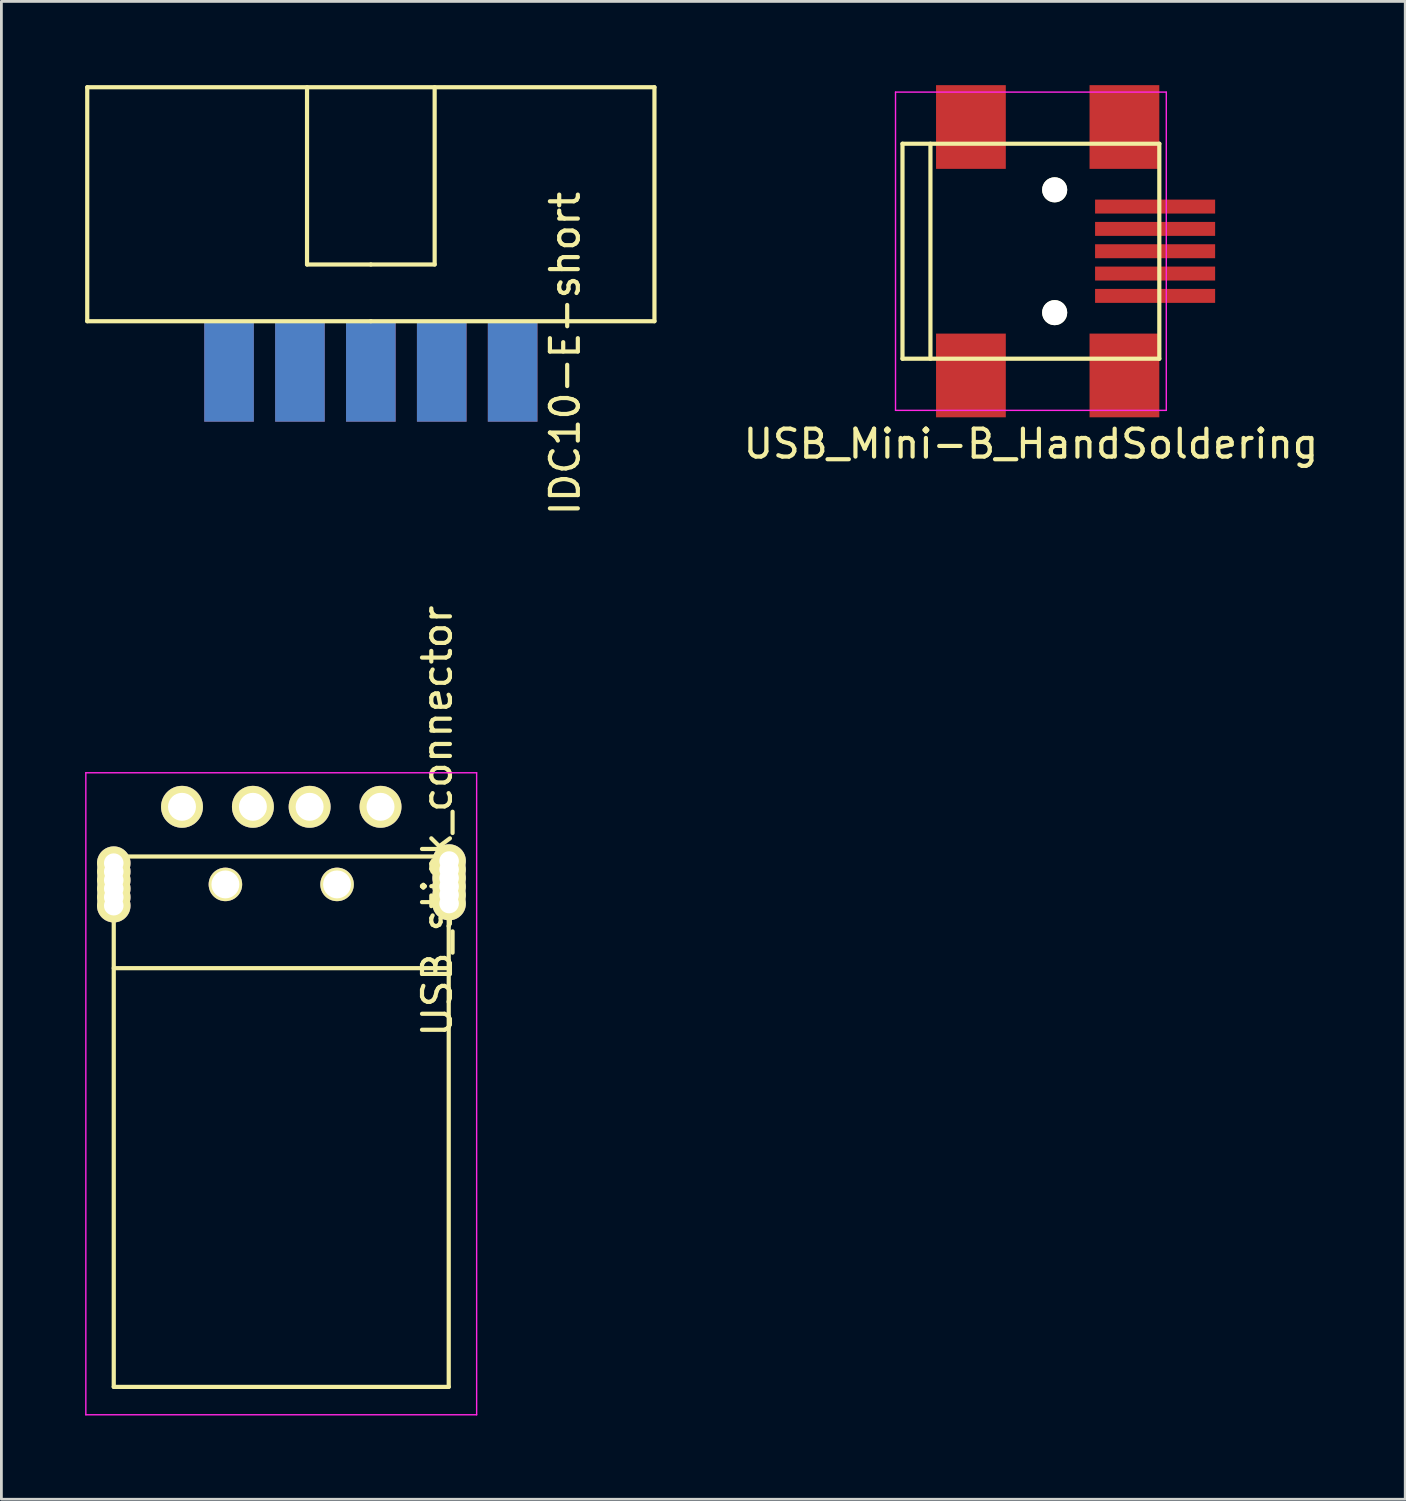
<source format=kicad_pcb>
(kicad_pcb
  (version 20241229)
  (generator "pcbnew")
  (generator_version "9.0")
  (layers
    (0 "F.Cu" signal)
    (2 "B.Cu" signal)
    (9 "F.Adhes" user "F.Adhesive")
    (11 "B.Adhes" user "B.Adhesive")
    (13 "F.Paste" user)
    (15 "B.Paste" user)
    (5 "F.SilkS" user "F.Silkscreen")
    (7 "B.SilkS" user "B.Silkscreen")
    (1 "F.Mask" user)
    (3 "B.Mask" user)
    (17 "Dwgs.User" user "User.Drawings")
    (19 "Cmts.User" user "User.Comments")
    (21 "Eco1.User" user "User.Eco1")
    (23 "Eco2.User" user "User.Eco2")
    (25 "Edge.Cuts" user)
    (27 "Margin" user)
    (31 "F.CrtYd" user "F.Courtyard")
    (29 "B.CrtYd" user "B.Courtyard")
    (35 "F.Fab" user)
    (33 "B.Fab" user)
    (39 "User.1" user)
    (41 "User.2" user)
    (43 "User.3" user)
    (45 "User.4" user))
  (footprint "IDC10-E-short"
    (layer "F.Cu")
    (at 10.235 8.457)
    (property "Reference" "IDC10-E-short" (at 6.96 1.156 270) (layer "F.SilkS") (effects (font (size 1 1) (thickness 0.15))))
    (attr through_hole)
    (fp_line (start -10.16 -8.382) (end -10.16 0) (stroke (width 0.15) (type solid)) (layer "F.SilkS"))
    (fp_line (start -10.16 0) (end 0 0) (stroke (width 0.15) (type solid)) (layer "F.SilkS"))
    (fp_line (start -2.286 -2.032) (end -2.286 -8.382) (stroke (width 0.15) (type solid)) (layer "F.SilkS"))
    (fp_line (start 0 -2.032) (end -2.286 -2.032) (stroke (width 0.15) (type solid)) (layer "F.SilkS"))
    (fp_line (start 0 -2.032) (end 2.286 -2.032) (stroke (width 0.15) (type solid)) (layer "F.SilkS"))
    (fp_line (start 0 0) (end 10.16 0) (stroke (width 0.15) (type solid)) (layer "F.SilkS"))
    (fp_line (start 2.286 -2.032) (end 2.286 -8.382) (stroke (width 0.15) (type solid)) (layer "F.SilkS"))
    (fp_line (start 10.16 -8.382) (end -10.16 -8.382) (stroke (width 0.15) (type solid)) (layer "F.SilkS"))
    (fp_line (start 10.16 0) (end 10.16 -8.382) (stroke (width 0.15) (type solid)) (layer "F.SilkS"))
    (pad "1" connect rect (at -5.08 1.8) (size 1.778 3.6) (layers "F.Cu" "F.Mask"))
    (pad "2" connect rect (at -5.08 1.8) (size 1.778 3.6) (layers "B.Cu" "B.Mask"))
    (pad "3" connect rect (at -2.54 1.8) (size 1.778 3.6) (layers "F.Cu" "F.Mask"))
    (pad "4" connect rect (at -2.54 1.8) (size 1.778 3.6) (layers "B.Cu" "B.Mask"))
    (pad "5" connect rect (at 0 1.8) (size 1.778 3.6) (layers "F.Cu" "F.Mask"))
    (pad "6" connect rect (at 0 1.8) (size 1.778 3.6) (layers "B.Cu" "B.Mask"))
    (pad "7" connect rect (at 2.54 1.8) (size 1.778 3.6) (layers "F.Cu" "F.Mask"))
    (pad "8" connect rect (at 2.54 1.8) (size 1.778 3.6) (layers "B.Cu" "B.Mask"))
    (pad "9" connect rect (at 5.08 1.8) (size 1.778 3.6) (layers "F.Cu" "F.Mask"))
    (pad "10" connect rect (at 5.08 1.8) (size 1.778 3.6) (layers "B.Cu" "B.Mask")))
  (footprint "USB_Mini-B_HandSoldering"
    (layer "F.Cu")
    (at 33.881 5.95)
    (property "Reference" "USB_Mini-B_HandSoldering" (at 0 6.901 0) (layer "F.SilkS") (effects (font (size 1 1) (thickness 0.15))))
    (attr smd)
    (fp_line (start -4.6 -3.851) (end -4.6 3.851) (stroke (width 0.15) (type solid)) (layer "F.SilkS"))
    (fp_line (start -4.6 3.851) (end 4.6 3.851) (stroke (width 0.15) (type solid)) (layer "F.SilkS"))
    (fp_line (start -3.599 -3.851) (end -3.599 3.851) (stroke (width 0.15) (type solid)) (layer "F.SilkS"))
    (fp_line (start 4.6 -3.851) (end -4.6 -3.851) (stroke (width 0.15) (type solid)) (layer "F.SilkS"))
    (fp_line (start 4.6 3.851) (end 4.6 -3.851) (stroke (width 0.15) (type solid)) (layer "F.SilkS"))
    (fp_line (start -4.85 -5.7) (end 4.85 -5.7) (stroke (width 0.05) (type solid)) (layer "F.CrtYd"))
    (fp_line (start -4.85 5.7) (end -4.85 -5.7) (stroke (width 0.05) (type solid)) (layer "F.CrtYd"))
    (fp_line (start 4.85 -5.7) (end 4.85 5.7) (stroke (width 0.05) (type solid)) (layer "F.CrtYd"))
    (fp_line (start 4.85 5.7) (end -4.85 5.7) (stroke (width 0.05) (type solid)) (layer "F.CrtYd"))
    (pad "" np_thru_hole circle (at 0.851 -2.2) (size 0.899 0.899) (drill 0.899) (layers "*.Cu" "*.Mask" "F.SilkS"))
    (pad "" np_thru_hole circle (at 0.851 2.2) (size 0.899 0.899) (drill 0.899) (layers "*.Cu" "*.Mask" "F.SilkS"))
    (pad "1" smd rect (at 4.449 -1.6) (size 4.301 0.5) (layers "F.Cu" "F.Mask" "F.Paste"))
    (pad "2" smd rect (at 4.449 -0.8) (size 4.301 0.5) (layers "F.Cu" "F.Mask" "F.Paste"))
    (pad "3" smd rect (at 4.449 0) (size 4.301 0.5) (layers "F.Cu" "F.Mask" "F.Paste"))
    (pad "4" smd rect (at 4.449 0.8) (size 4.301 0.5) (layers "F.Cu" "F.Mask" "F.Paste"))
    (pad "5" smd rect (at 4.449 1.6) (size 4.301 0.5) (layers "F.Cu" "F.Mask" "F.Paste"))
    (pad "6" smd rect (at -2.149 -4.45) (size 2.499 2.999) (layers "F.Cu" "F.Mask" "F.Paste"))
    (pad "6" smd rect (at -2.149 4.45) (size 2.499 2.999) (layers "F.Cu" "F.Mask" "F.Paste"))
    (pad "6" smd rect (at 3.35 -4.45) (size 2.499 2.999) (layers "F.Cu" "F.Mask" "F.Paste"))
    (pad "6" smd rect (at 3.35 4.45) (size 2.499 2.999) (layers "F.Cu" "F.Mask" "F.Paste")))
  (footprint "USB_stick_connector"
    (layer "F.Cu")
    (at 7.025 27.633)
    (property "Reference" "USB_stick_connector" (at 5.588 -1.27 90) (layer "F.SilkS") (effects (font (size 1 1) (thickness 0.15))))
    (attr through_hole)
    (fp_line (start -6 19) (end -6 0) (stroke (width 0.15) (type solid)) (layer "F.SilkS"))
    (fp_line (start 6 0) (end -6 0) (stroke (width 0.15) (type solid)) (layer "F.SilkS"))
    (fp_line (start 6 0) (end 6 19) (stroke (width 0.15) (type solid)) (layer "F.SilkS"))
    (fp_line (start 6 4) (end -6 4) (stroke (width 0.15) (type solid)) (layer "F.SilkS"))
    (fp_line (start 6 19) (end -6 19) (stroke (width 0.15) (type solid)) (layer "F.SilkS"))
    (fp_line (start -7 -3) (end 7 -3) (stroke (width 0.05) (type solid)) (layer "F.CrtYd"))
    (fp_line (start -7 20) (end -7 -3) (stroke (width 0.05) (type solid)) (layer "F.CrtYd"))
    (fp_line (start -7 20) (end 7 20) (stroke (width 0.05) (type solid)) (layer "F.CrtYd"))
    (fp_line (start 7 -3) (end 7 20) (stroke (width 0.05) (type solid)) (layer "F.CrtYd"))
    (pad "1" thru_hole circle (at -3.555 -1.78 270) (size 1.501 1.501) (drill 1.001) (layers "*.Cu" "*.Mask" "F.SilkS"))
    (pad "2" thru_hole circle (at -1.015 -1.78 270) (size 1.501 1.501) (drill 1.001) (layers "*.Cu" "*.Mask" "F.SilkS"))
    (pad "3" thru_hole circle (at 1.017 -1.78 270) (size 1.501 1.501) (drill 1.001) (layers "*.Cu" "*.Mask" "F.SilkS"))
    (pad "4" thru_hole circle (at 3.557 -1.78 270) (size 1.501 1.501) (drill 1.001) (layers "*.Cu" "*.Mask" "F.SilkS"))
    (pad "5" thru_hole circle (at -6 0.238 270) (size 1.2 1.2) (drill 0.7) (layers "*.Cu" "*.Mask" "F.SilkS"))
    (pad "5" thru_hole circle (at -6 0.543 270) (size 1.2 1.2) (drill 0.7) (layers "*.Cu" "*.Mask" "F.SilkS"))
    (pad "5" thru_hole circle (at -6 0.848 270) (size 1.2 1.2) (drill 0.7) (layers "*.Cu" "*.Mask" "F.SilkS"))
    (pad "5" thru_hole circle (at -6 1.152 270) (size 1.2 1.2) (drill 0.7) (layers "*.Cu" "*.Mask" "F.SilkS"))
    (pad "5" thru_hole circle (at -6 1.457 270) (size 1.2 1.2) (drill 0.7) (layers "*.Cu" "*.Mask" "F.SilkS"))
    (pad "5" thru_hole circle (at -6 1.762 270) (size 1.2 1.2) (drill 0.7) (layers "*.Cu" "*.Mask" "F.SilkS"))
    (pad "5" thru_hole circle (at -2 1 270) (size 1.2 1.2) (drill 1) (layers "*.Cu" "*.Mask" "F.SilkS"))
    (pad "5" thru_hole circle (at 2 1 270) (size 1.2 1.2) (drill 1) (layers "*.Cu" "*.Mask" "F.SilkS"))
    (pad "5" thru_hole circle (at 6.014 0.162 270) (size 1.2 1.2) (drill 0.7) (layers "*.Cu" "*.Mask" "F.SilkS"))
    (pad "5" thru_hole circle (at 6.014 0.467 270) (size 1.2 1.2) (drill 0.7) (layers "*.Cu" "*.Mask" "F.SilkS"))
    (pad "5" thru_hole circle (at 6.014 0.771 270) (size 1.2 1.2) (drill 0.7) (layers "*.Cu" "*.Mask" "F.SilkS"))
    (pad "5" thru_hole circle (at 6.014 1.076 270) (size 1.2 1.2) (drill 0.7) (layers "*.Cu" "*.Mask" "F.SilkS"))
    (pad "5" thru_hole circle (at 6.014 1.381 270) (size 1.2 1.2) (drill 0.7) (layers "*.Cu" "*.Mask" "F.SilkS"))
    (pad "5" thru_hole circle (at 6.014 1.686 270) (size 1.2 1.2) (drill 0.7) (layers "*.Cu" "*.Mask" "F.SilkS")))
  (gr_rect
    (start -3 -3)
    (end 47.291 50.658)
    (stroke (width 0.1) (type default))
    (fill no)
    (layer "Edge.Cuts")))
</source>
